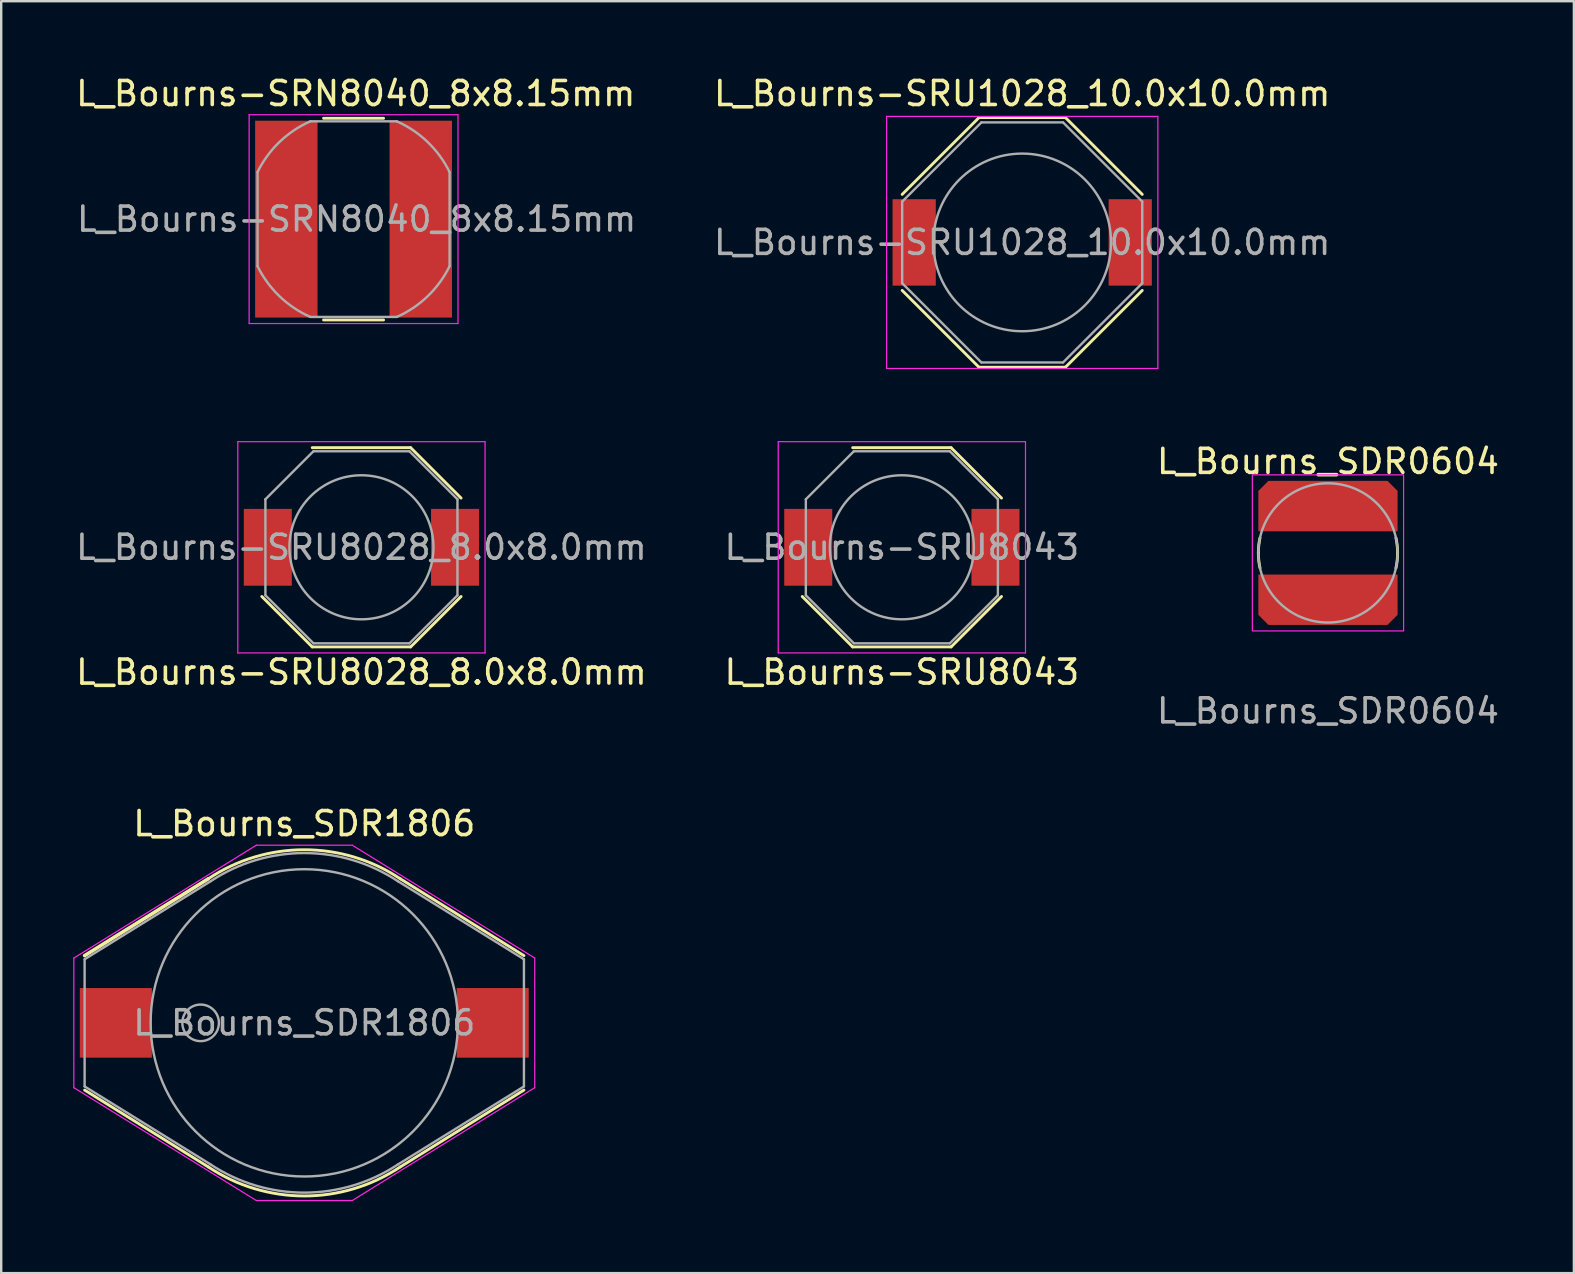
<source format=kicad_pcb>
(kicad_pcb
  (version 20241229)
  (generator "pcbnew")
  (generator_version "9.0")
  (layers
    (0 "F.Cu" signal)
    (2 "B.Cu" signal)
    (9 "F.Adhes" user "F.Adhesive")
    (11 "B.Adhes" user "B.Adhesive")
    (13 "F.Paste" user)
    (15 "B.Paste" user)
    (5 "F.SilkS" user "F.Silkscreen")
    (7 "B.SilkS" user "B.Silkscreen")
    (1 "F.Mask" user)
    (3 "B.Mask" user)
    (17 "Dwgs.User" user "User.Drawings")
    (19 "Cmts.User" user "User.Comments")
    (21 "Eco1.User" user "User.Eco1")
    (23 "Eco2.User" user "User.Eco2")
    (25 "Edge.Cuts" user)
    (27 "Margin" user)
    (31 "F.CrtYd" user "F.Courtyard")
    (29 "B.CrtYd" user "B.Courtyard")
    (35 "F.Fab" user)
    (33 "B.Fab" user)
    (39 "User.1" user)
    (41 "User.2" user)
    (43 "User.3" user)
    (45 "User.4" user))
  (footprint "L_Bourns_SDR0604"
    (layer "F.Cu")
    (at 52.268 19.982)
    (property "Reference" "L_Bourns_SDR0604" (at 0 -3.81 0) (unlocked yes) (layer "F.SilkS") (effects (font (size 1 1) (thickness 0.15))))
    (attr smd)
    (fp_arc (start -2.9 0) (mid -2.883018 -0.313385) (end -2.832269 -0.623099) (stroke (width 0.12) (type default)) (layer "F.SilkS"))
    (fp_arc (start -2.831919 0.624688) (mid -2.88293 0.314193) (end -2.9 0) (stroke (width 0.12) (type default)) (layer "F.SilkS"))
    (fp_arc (start 2.832559 -0.621781) (mid 2.883091 -0.312714) (end 2.9 0) (stroke (width 0.12) (type default)) (layer "F.SilkS"))
    (fp_arc (start 2.9 0) (mid 2.882818 0.3166) (end 2.831472 0.62948) (stroke (width 0.12) (type default)) (layer "F.SilkS"))
    (fp_rect (start -3.15 -3.25) (end 3.15 3.25) (stroke (width 0.05) (type default)) (fill no) (layer "F.CrtYd"))
    (fp_circle (center 0 0) (end 2.9 0) (stroke (width 0.1) (type default)) (fill no) (layer "F.Fab"))
    (fp_text user "${REFERENCE}" (at 0 6.58 0) (unlocked yes) (layer "F.Fab") (effects (font (size 1 1) (thickness 0.15))))
    (pad "1" smd roundrect (at 0 -1.95) (size 5.8 2.1) (layers "F.Cu" "F.Mask" "F.Paste") (roundrect_rratio 0) (chamfer_ratio 0.2) (chamfer top_left top_right))
    (pad "2" smd roundrect (at 0 1.95 180) (size 5.8 2.1) (layers "F.Cu" "F.Mask" "F.Paste") (roundrect_rratio 0) (chamfer_ratio 0.2) (chamfer top_left top_right)))
  (footprint "L_Bourns-SRN8040_8x8.15mm"
    (layer "F.Cu")
    (at 11.678 6.078)
    (property "Reference" "L_Bourns-SRN8040_8x8.15mm" (at 0.09 -5.23 0) (layer "F.SilkS") (effects (font (size 1 1) (thickness 0.15))))
    (attr smd)
    (fp_line (start -1.25 4.2) (end 1.25 4.2) (stroke (width 0.12) (type solid)) (layer "F.SilkS"))
    (fp_line (start 1.25 -4.2) (end -1.25 -4.2) (stroke (width 0.12) (type solid)) (layer "F.SilkS"))
    (fp_line (start -4.35 -4.35) (end -4.35 4.35) (stroke (width 0.05) (type solid)) (layer "F.CrtYd"))
    (fp_line (start -4.35 -4.35) (end 4.35 -4.35) (stroke (width 0.05) (type solid)) (layer "F.CrtYd"))
    (fp_line (start -4.35 4.35) (end 4.35 4.35) (stroke (width 0.05) (type solid)) (layer "F.CrtYd"))
    (fp_line (start 4.35 -4.35) (end 4.35 4.35) (stroke (width 0.05) (type solid)) (layer "F.CrtYd"))
    (fp_line (start -4 -1.96) (end -4 1.96) (stroke (width 0.1) (type solid)) (layer "F.Fab"))
    (fp_line (start -1.8 -4.075) (end 1.8 -4.075) (stroke (width 0.1) (type solid)) (layer "F.Fab"))
    (fp_line (start 1.8 4.075) (end -1.8 4.075) (stroke (width 0.1) (type solid)) (layer "F.Fab"))
    (fp_line (start 4 -1.96) (end 4 1.96) (stroke (width 0.1) (type solid)) (layer "F.Fab"))
    (fp_arc (start -3.99824 -1.964613) (mid -3.085179 -3.213611) (end -1.8 -4.075) (stroke (width 0.1) (type solid)) (layer "F.Fab"))
    (fp_arc (start -1.804314 4.072598) (mid -3.088411 3.209878) (end -4 1.96) (stroke (width 0.1) (type solid)) (layer "F.Fab"))
    (fp_arc (start 1.799817 -4.074587) (mid 3.086639 -3.211582) (end 4 -1.96) (stroke (width 0.1) (type solid)) (layer "F.Fab"))
    (fp_arc (start 3.99824 1.964613) (mid 3.085179 3.213611) (end 1.8 4.075) (stroke (width 0.1) (type solid)) (layer "F.Fab"))
    (fp_text user "${REFERENCE}" (at 0.127 0 0) (layer "F.Fab") (effects (font (size 1 1) (thickness 0.15))))
    (pad "1" smd rect (at -2.8 0) (size 2.6 8.2) (layers "F.Cu" "F.Mask" "F.Paste"))
    (pad "2" smd rect (at 2.8 0) (size 2.6 8.2) (layers "F.Cu" "F.Mask" "F.Paste")))
  (footprint "L_Bourns-SRU8028_8.0x8.0mm"
    (layer "F.Cu")
    (at 12.006 19.748)
    (property "Reference" "L_Bourns-SRU8028_8.0x8.0mm" (at 0 5.2 0) (layer "F.SilkS") (effects (font (size 1 1) (thickness 0.15))))
    (attr smd)
    (fp_line (start -2.05 -4.15) (end 2.05 -4.15) (stroke (width 0.12) (type solid)) (layer "F.SilkS"))
    (fp_line (start -2.05 4.15) (end -4.15 2.05) (stroke (width 0.12) (type solid)) (layer "F.SilkS"))
    (fp_line (start 2.05 -4.15) (end 4.15 -2.05) (stroke (width 0.12) (type solid)) (layer "F.SilkS"))
    (fp_line (start 2.05 4.15) (end -2.05 4.15) (stroke (width 0.12) (type solid)) (layer "F.SilkS"))
    (fp_line (start 2.05 4.15) (end 4.15 2.05) (stroke (width 0.12) (type solid)) (layer "F.SilkS"))
    (fp_line (start -5.15 -4.4) (end 5.15 -4.4) (stroke (width 0.05) (type solid)) (layer "F.CrtYd"))
    (fp_line (start -5.15 4.4) (end -5.15 -4.4) (stroke (width 0.05) (type solid)) (layer "F.CrtYd"))
    (fp_line (start 5.15 -4.4) (end 5.15 4.4) (stroke (width 0.05) (type solid)) (layer "F.CrtYd"))
    (fp_line (start 5.15 4.4) (end -5.15 4.4) (stroke (width 0.05) (type solid)) (layer "F.CrtYd"))
    (fp_line (start -4 -2) (end -2 -4) (stroke (width 0.1) (type solid)) (layer "F.Fab"))
    (fp_line (start -4 2) (end -4 -2) (stroke (width 0.1) (type solid)) (layer "F.Fab"))
    (fp_line (start -2 -4) (end 2 -4) (stroke (width 0.1) (type solid)) (layer "F.Fab"))
    (fp_line (start -2 4) (end -4 2) (stroke (width 0.1) (type solid)) (layer "F.Fab"))
    (fp_line (start 2 -4) (end 4 -2) (stroke (width 0.1) (type solid)) (layer "F.Fab"))
    (fp_line (start 2 4) (end -2 4) (stroke (width 0.1) (type solid)) (layer "F.Fab"))
    (fp_line (start 4 -2) (end 4 2) (stroke (width 0.1) (type solid)) (layer "F.Fab"))
    (fp_line (start 4 2) (end 2 4) (stroke (width 0.1) (type solid)) (layer "F.Fab"))
    (fp_circle (center 0 0) (end 0 -3) (stroke (width 0.1) (type solid)) (fill no) (layer "F.Fab"))
    (fp_text user "${REFERENCE}" (at 0 0 0) (layer "F.Fab") (effects (font (size 1 1) (thickness 0.15))))
    (pad "1" smd rect (at -3.9 0) (size 2 3.2) (layers "F.Cu" "F.Mask" "F.Paste"))
    (pad "2" smd rect (at 3.9 0) (size 2 3.2) (layers "F.Cu" "F.Mask" "F.Paste")))
  (footprint "L_Bourns_SDR1806"
    (layer "F.Cu")
    (at 9.625 39.558)
    (property "Reference" "L_Bourns_SDR1806" (at 0 -8.3 0) (layer "F.SilkS") (effects (font (size 1 1) (thickness 0.15))))
    (attr smd)
    (fp_line (start -9.15 -2.8) (end -4 -6) (stroke (width 0.15) (type solid)) (layer "F.SilkS"))
    (fp_line (start -4 6) (end -9.15 2.8) (stroke (width 0.12) (type solid)) (layer "F.SilkS"))
    (fp_line (start 4 -6) (end 9.15 -2.8) (stroke (width 0.12) (type solid)) (layer "F.SilkS"))
    (fp_line (start 9.15 2.8) (end 4 6) (stroke (width 0.12) (type solid)) (layer "F.SilkS"))
    (fp_arc (start -3.991604 -6.005589) (mid 0.005043 -7.211101) (end 4 -6) (stroke (width 0.12) (type solid)) (layer "F.SilkS"))
    (fp_arc (start 3.991604 6.005589) (mid -0.005043 7.211101) (end -4 6) (stroke (width 0.12) (type solid)) (layer "F.SilkS"))
    (fp_line (start -9.6 2.7) (end -9.6 -2.7) (stroke (width 0.05) (type solid)) (layer "F.CrtYd"))
    (fp_line (start -9.6 2.7) (end -2 7.4) (stroke (width 0.05) (type solid)) (layer "F.CrtYd"))
    (fp_line (start -2 -7.4) (end -9.6 -2.7) (stroke (width 0.05) (type solid)) (layer "F.CrtYd"))
    (fp_line (start -2 -7.4) (end 2 -7.4) (stroke (width 0.05) (type solid)) (layer "F.CrtYd"))
    (fp_line (start 2 7.4) (end -2 7.4) (stroke (width 0.05) (type solid)) (layer "F.CrtYd"))
    (fp_line (start 2 7.4) (end 9.6 2.7) (stroke (width 0.05) (type solid)) (layer "F.CrtYd"))
    (fp_line (start 9.6 -2.7) (end 2 -7.4) (stroke (width 0.05) (type solid)) (layer "F.CrtYd"))
    (fp_line (start 9.6 -2.7) (end 9.6 2.7) (stroke (width 0.05) (type solid)) (layer "F.CrtYd"))
    (fp_line (start -9.15 -2.65) (end -9.15 2.65) (stroke (width 0.1) (type solid)) (layer "F.Fab"))
    (fp_line (start -9.15 -2.65) (end -3.9 -5.9) (stroke (width 0.1) (type solid)) (layer "F.Fab"))
    (fp_line (start -3.9 5.9) (end -9.15 2.65) (stroke (width 0.1) (type solid)) (layer "F.Fab"))
    (fp_line (start 3.9 -5.9) (end 9.15 -2.65) (stroke (width 0.1) (type solid)) (layer "F.Fab"))
    (fp_line (start 9.15 2.65) (end 3.9 5.9) (stroke (width 0.1) (type solid)) (layer "F.Fab"))
    (fp_line (start 9.15 2.65) (end 9.15 -2.65) (stroke (width 0.1) (type solid)) (layer "F.Fab"))
    (fp_arc (start -3.896832 -5.902093) (mid 0.001898 -7.072482) (end 3.9 -5.9) (stroke (width 0.1) (type solid)) (layer "F.Fab"))
    (fp_arc (start 3.896832 5.902093) (mid -0.001898 7.072482) (end -3.9 5.9) (stroke (width 0.1) (type solid)) (layer "F.Fab"))
    (fp_circle (center -4.318 0) (end -4.318 -0.762) (stroke (width 0.1) (type solid)) (fill no) (layer "F.Fab"))
    (fp_circle (center 0 0) (end 0 -6.4) (stroke (width 0.1) (type solid)) (fill no) (layer "F.Fab"))
    (fp_text user "${REFERENCE}" (at 0 0 0) (layer "F.Fab") (effects (font (size 1 1) (thickness 0.15))))
    (pad "1" smd rect (at -7.85 0) (size 3 2.9) (layers "F.Cu" "F.Mask" "F.Paste"))
    (pad "2" smd rect (at 7.85 0 180) (size 3 2.9) (layers "F.Cu" "F.Mask" "F.Paste")))
  (footprint "L_Bourns-SRU8043"
    (layer "F.Cu")
    (at 34.518 19.748)
    (property "Reference" "L_Bourns-SRU8043" (at 0 5.2 0) (layer "F.SilkS") (effects (font (size 1 1) (thickness 0.15))))
    (attr smd)
    (fp_line (start -2.05 -4.15) (end 2.05 -4.15) (stroke (width 0.12) (type solid)) (layer "F.SilkS"))
    (fp_line (start -2.05 4.15) (end -4.15 2.05) (stroke (width 0.12) (type solid)) (layer "F.SilkS"))
    (fp_line (start 2.05 -4.15) (end 4.15 -2.05) (stroke (width 0.12) (type solid)) (layer "F.SilkS"))
    (fp_line (start 2.05 4.15) (end -2.05 4.15) (stroke (width 0.12) (type solid)) (layer "F.SilkS"))
    (fp_line (start 2.05 4.15) (end 4.15 2.05) (stroke (width 0.12) (type solid)) (layer "F.SilkS"))
    (fp_line (start -5.15 -4.4) (end 5.15 -4.4) (stroke (width 0.05) (type solid)) (layer "F.CrtYd"))
    (fp_line (start -5.15 4.4) (end -5.15 -4.4) (stroke (width 0.05) (type solid)) (layer "F.CrtYd"))
    (fp_line (start 5.15 -4.4) (end 5.15 4.4) (stroke (width 0.05) (type solid)) (layer "F.CrtYd"))
    (fp_line (start 5.15 4.4) (end -5.15 4.4) (stroke (width 0.05) (type solid)) (layer "F.CrtYd"))
    (fp_line (start -4 -2) (end -2 -4) (stroke (width 0.1) (type solid)) (layer "F.Fab"))
    (fp_line (start -4 2) (end -4 -2) (stroke (width 0.1) (type solid)) (layer "F.Fab"))
    (fp_line (start -2 -4) (end 2 -4) (stroke (width 0.1) (type solid)) (layer "F.Fab"))
    (fp_line (start -2 4) (end -4 2) (stroke (width 0.1) (type solid)) (layer "F.Fab"))
    (fp_line (start 2 -4) (end 4 -2) (stroke (width 0.1) (type solid)) (layer "F.Fab"))
    (fp_line (start 2 4) (end -2 4) (stroke (width 0.1) (type solid)) (layer "F.Fab"))
    (fp_line (start 4 -2) (end 4 2) (stroke (width 0.1) (type solid)) (layer "F.Fab"))
    (fp_line (start 4 2) (end 2 4) (stroke (width 0.1) (type solid)) (layer "F.Fab"))
    (fp_circle (center 0 0) (end 0 -3) (stroke (width 0.1) (type solid)) (fill no) (layer "F.Fab"))
    (fp_text user "${REFERENCE}" (at 0 0 0) (layer "F.Fab") (effects (font (size 1 1) (thickness 0.15))))
    (pad "1" smd rect (at -3.9 0) (size 2 3.2) (layers "F.Cu" "F.Mask" "F.Paste"))
    (pad "2" smd rect (at 3.9 0) (size 2 3.2) (layers "F.Cu" "F.Mask" "F.Paste")))
  (footprint "L_Bourns-SRU1028_10.0x10.0mm"
    (layer "F.Cu")
    (at 39.531 7.048)
    (property "Reference" "L_Bourns-SRU1028_10.0x10.0mm" (at 0 -6.2 0) (layer "F.SilkS") (effects (font (size 1 1) (thickness 0.15))))
    (attr smd)
    (fp_line (start -1.8 -5.2) (end -5 -2) (stroke (width 0.12) (type solid)) (layer "F.SilkS"))
    (fp_line (start -1.8 -5.2) (end 1.8 -5.2) (stroke (width 0.12) (type solid)) (layer "F.SilkS"))
    (fp_line (start -1.8 5.2) (end -5 2) (stroke (width 0.12) (type solid)) (layer "F.SilkS"))
    (fp_line (start 1.8 -5.2) (end 5 -2) (stroke (width 0.12) (type solid)) (layer "F.SilkS"))
    (fp_line (start 1.8 5.2) (end -1.8 5.2) (stroke (width 0.12) (type solid)) (layer "F.SilkS"))
    (fp_line (start 1.8 5.2) (end 5 2) (stroke (width 0.12) (type solid)) (layer "F.SilkS"))
    (fp_line (start -5.65 -5.25) (end 5.65 -5.25) (stroke (width 0.05) (type solid)) (layer "F.CrtYd"))
    (fp_line (start -5.65 5.25) (end -5.65 -5.25) (stroke (width 0.05) (type solid)) (layer "F.CrtYd"))
    (fp_line (start 5.65 -5.25) (end 5.65 5.25) (stroke (width 0.05) (type solid)) (layer "F.CrtYd"))
    (fp_line (start 5.65 5.25) (end -5.65 5.25) (stroke (width 0.05) (type solid)) (layer "F.CrtYd"))
    (fp_line (start -5 -1.7) (end -1.7 -5) (stroke (width 0.1) (type solid)) (layer "F.Fab"))
    (fp_line (start -5 1.7) (end -5 -1.7) (stroke (width 0.1) (type solid)) (layer "F.Fab"))
    (fp_line (start -1.7 -5) (end 1.7 -5) (stroke (width 0.1) (type solid)) (layer "F.Fab"))
    (fp_line (start -1.7 5) (end -5 1.7) (stroke (width 0.1) (type solid)) (layer "F.Fab"))
    (fp_line (start 1.7 -5) (end 5 -1.7) (stroke (width 0.1) (type solid)) (layer "F.Fab"))
    (fp_line (start 1.7 5) (end -1.7 5) (stroke (width 0.1) (type solid)) (layer "F.Fab"))
    (fp_line (start 5 -1.7) (end 5 1.7) (stroke (width 0.1) (type solid)) (layer "F.Fab"))
    (fp_line (start 5 1.7) (end 1.7 5) (stroke (width 0.1) (type solid)) (layer "F.Fab"))
    (fp_circle (center 0 0) (end 3.7 0) (stroke (width 0.1) (type solid)) (fill no) (layer "F.Fab"))
    (fp_text user "${REFERENCE}" (at 0 0 0) (layer "F.Fab") (effects (font (size 1 1) (thickness 0.15))))
    (pad "1" smd rect (at -4.5 0) (size 1.8 3.6) (layers "F.Cu" "F.Mask" "F.Paste"))
    (pad "2" smd rect (at 4.5 0) (size 1.8 3.6) (layers "F.Cu" "F.Mask" "F.Paste")))
  (gr_rect
    (start -3 -3)
    (end 62.512 49.983)
    (stroke (width 0.1) (type default))
    (fill no)
    (layer "Edge.Cuts")))
</source>
